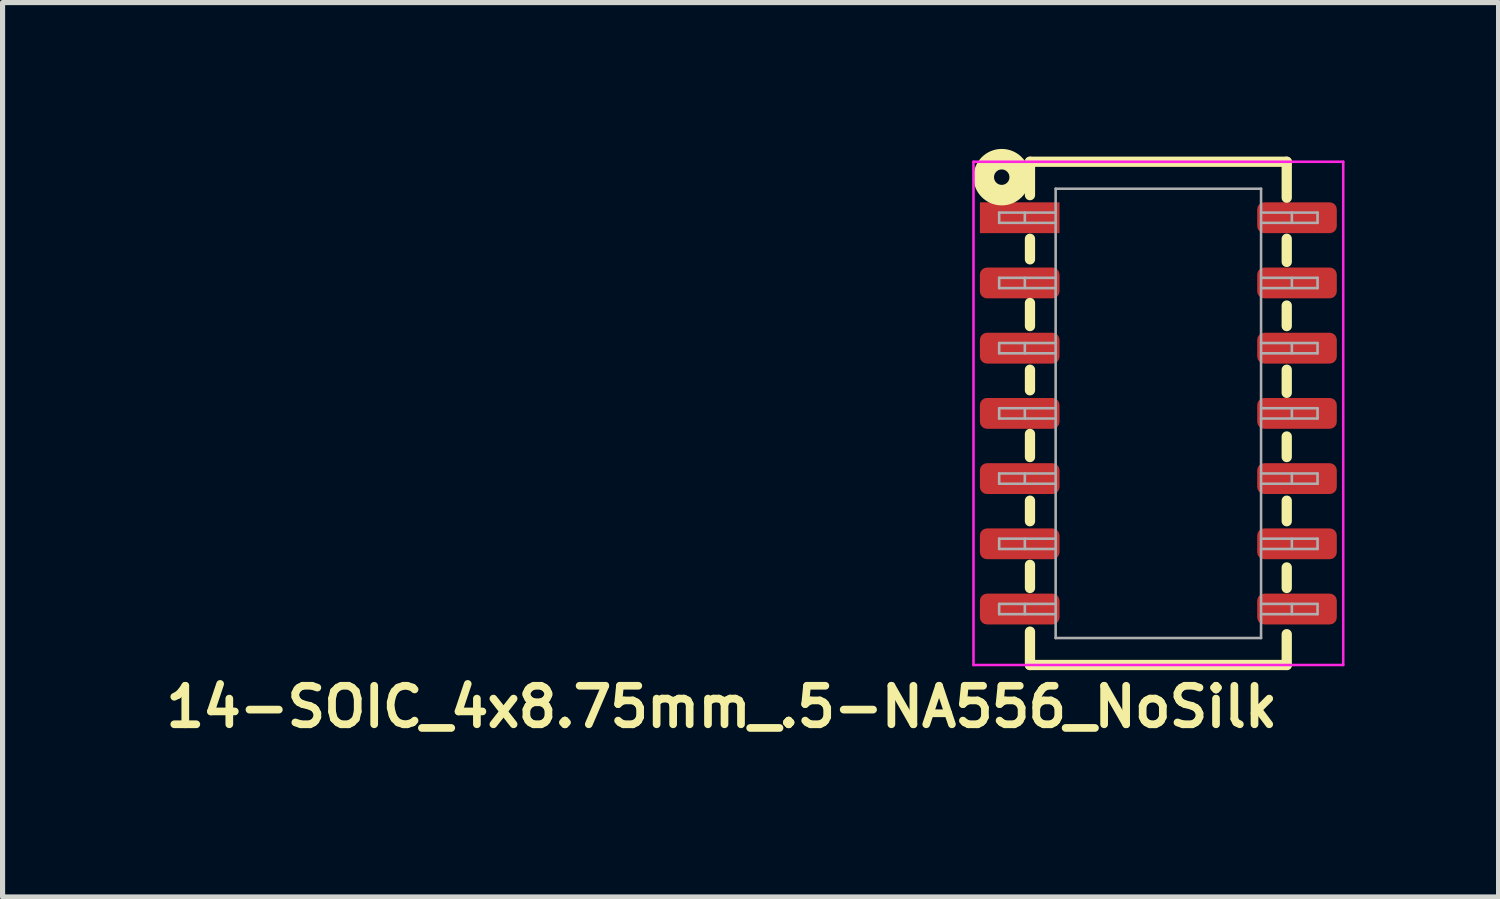
<source format=kicad_pcb>
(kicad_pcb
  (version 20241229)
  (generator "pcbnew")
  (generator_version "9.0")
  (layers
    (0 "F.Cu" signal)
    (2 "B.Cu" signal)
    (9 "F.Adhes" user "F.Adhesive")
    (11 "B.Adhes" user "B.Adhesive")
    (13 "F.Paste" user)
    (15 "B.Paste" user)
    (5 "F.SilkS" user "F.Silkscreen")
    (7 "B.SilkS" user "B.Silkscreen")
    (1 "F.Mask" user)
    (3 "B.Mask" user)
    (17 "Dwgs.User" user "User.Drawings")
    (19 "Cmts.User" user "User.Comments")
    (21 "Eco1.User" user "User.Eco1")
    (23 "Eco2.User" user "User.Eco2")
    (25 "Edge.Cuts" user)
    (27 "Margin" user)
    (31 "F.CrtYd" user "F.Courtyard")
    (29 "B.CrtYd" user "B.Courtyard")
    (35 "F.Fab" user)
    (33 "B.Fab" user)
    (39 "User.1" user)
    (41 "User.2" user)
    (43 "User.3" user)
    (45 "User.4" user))
  (footprint "14-SOIC_4x8.75mm_.5-NA556_NoSilk"
    (layer "F.Cu")
    (at 19.507 5)
    (property "Reference" "14-SOIC_4x8.75mm_.5-NA556_NoSilk" (at 2.4 5.715 0) (layer "F.SilkS") (effects (font (size 0.75 0.75) (thickness 0.15)) (justify right)))
    (attr smd)
    (fp_line (start -2.5 -4.9) (end 2.5 -4.9) (stroke (width 0.2) (type solid)) (layer "F.SilkS"))
    (fp_line (start -2.5 -4.25) (end -2.5 -4.9) (stroke (width 0.2) (type solid)) (layer "F.SilkS"))
    (fp_line (start -2.5 -3) (end -2.5 -3.4) (stroke (width 0.2) (type solid)) (layer "F.SilkS"))
    (fp_line (start -2.5 -1.7) (end -2.5 -2.15) (stroke (width 0.2) (type solid)) (layer "F.SilkS"))
    (fp_line (start -2.5 -0.45) (end -2.5 -0.85) (stroke (width 0.2) (type solid)) (layer "F.SilkS"))
    (fp_line (start -2.5 0.85) (end -2.5 0.4) (stroke (width 0.2) (type solid)) (layer "F.SilkS"))
    (fp_line (start -2.5 2.1) (end -2.5 1.7) (stroke (width 0.2) (type solid)) (layer "F.SilkS"))
    (fp_line (start -2.5 3.4) (end -2.5 2.95) (stroke (width 0.2) (type solid)) (layer "F.SilkS"))
    (fp_line (start -2.5 4.9) (end -2.5 4.25) (stroke (width 0.2) (type solid)) (layer "F.SilkS"))
    (fp_line (start 2.5 -4.9) (end 2.5 -4.2) (stroke (width 0.2) (type solid)) (layer "F.SilkS"))
    (fp_line (start 2.5 -3.4) (end 2.5 -2.95) (stroke (width 0.2) (type solid)) (layer "F.SilkS"))
    (fp_line (start 2.5 -2.1) (end 2.5 -1.7) (stroke (width 0.2) (type solid)) (layer "F.SilkS"))
    (fp_line (start 2.5 -0.85) (end 2.5 -0.4) (stroke (width 0.2) (type solid)) (layer "F.SilkS"))
    (fp_line (start 2.5 0.45) (end 2.5 0.85) (stroke (width 0.2) (type solid)) (layer "F.SilkS"))
    (fp_line (start 2.5 1.7) (end 2.5 2.1) (stroke (width 0.2) (type solid)) (layer "F.SilkS"))
    (fp_line (start 2.5 3) (end 2.5 3.4) (stroke (width 0.2) (type solid)) (layer "F.SilkS"))
    (fp_line (start 2.5 4.3) (end 2.5 4.9) (stroke (width 0.2) (type solid)) (layer "F.SilkS"))
    (fp_line (start 2.5 4.9) (end -2.5 4.9) (stroke (width 0.2) (type solid)) (layer "F.SilkS"))
    (fp_circle (center -3.05 -4.6) (end -2.9 -4.6) (stroke (width 0.4) (type solid)) (fill no) (layer "F.SilkS"))
    (fp_line (start -3.6 -4.9) (end 3.6 -4.9) (stroke (width 0.05) (type solid)) (layer "F.CrtYd"))
    (fp_line (start -3.6 4.9) (end -3.6 -4.9) (stroke (width 0.05) (type solid)) (layer "F.CrtYd"))
    (fp_line (start 3.6 -4.9) (end 3.6 4.9) (stroke (width 0.05) (type solid)) (layer "F.CrtYd"))
    (fp_line (start 3.6 4.9) (end -3.6 4.9) (stroke (width 0.05) (type solid)) (layer "F.CrtYd"))
    (fp_line (start -3.1 -3.91) (end -3.1 -3.71) (stroke (width 0.05) (type solid)) (layer "F.Fab"))
    (fp_line (start -3.1 -3.71) (end -2 -3.71) (stroke (width 0.05) (type solid)) (layer "F.Fab"))
    (fp_line (start -3.1 -2.64) (end -3.1 -2.44) (stroke (width 0.05) (type solid)) (layer "F.Fab"))
    (fp_line (start -3.1 -2.44) (end -2 -2.44) (stroke (width 0.05) (type solid)) (layer "F.Fab"))
    (fp_line (start -3.1 -1.37) (end -3.1 -1.17) (stroke (width 0.05) (type solid)) (layer "F.Fab"))
    (fp_line (start -3.1 -1.17) (end -2 -1.17) (stroke (width 0.05) (type solid)) (layer "F.Fab"))
    (fp_line (start -3.1 -0.1) (end -3.1 0.1) (stroke (width 0.05) (type solid)) (layer "F.Fab"))
    (fp_line (start -3.1 0.1) (end -2 0.1) (stroke (width 0.05) (type solid)) (layer "F.Fab"))
    (fp_line (start -3.1 1.17) (end -3.1 1.37) (stroke (width 0.05) (type solid)) (layer "F.Fab"))
    (fp_line (start -3.1 1.37) (end -2 1.37) (stroke (width 0.05) (type solid)) (layer "F.Fab"))
    (fp_line (start -3.1 2.44) (end -3.1 2.64) (stroke (width 0.05) (type solid)) (layer "F.Fab"))
    (fp_line (start -3.1 2.64) (end -2 2.64) (stroke (width 0.05) (type solid)) (layer "F.Fab"))
    (fp_line (start -3.1 3.71) (end -3.1 3.91) (stroke (width 0.05) (type solid)) (layer "F.Fab"))
    (fp_line (start -3.1 3.91) (end -2 3.91) (stroke (width 0.05) (type solid)) (layer "F.Fab"))
    (fp_line (start -2.6 -3.91) (end -2.6 -3.71) (stroke (width 0.05) (type solid)) (layer "F.Fab"))
    (fp_line (start -2.6 -2.64) (end -2.6 -2.44) (stroke (width 0.05) (type solid)) (layer "F.Fab"))
    (fp_line (start -2.6 -1.37) (end -2.6 -1.17) (stroke (width 0.05) (type solid)) (layer "F.Fab"))
    (fp_line (start -2.6 -0.1) (end -2.6 0.1) (stroke (width 0.05) (type solid)) (layer "F.Fab"))
    (fp_line (start -2.6 1.17) (end -2.6 1.37) (stroke (width 0.05) (type solid)) (layer "F.Fab"))
    (fp_line (start -2.6 2.44) (end -2.6 2.64) (stroke (width 0.05) (type solid)) (layer "F.Fab"))
    (fp_line (start -2.6 3.71) (end -2.6 3.91) (stroke (width 0.05) (type solid)) (layer "F.Fab"))
    (fp_line (start -2 -4.375) (end 2 -4.375) (stroke (width 0.05) (type solid)) (layer "F.Fab"))
    (fp_line (start -2 -3.91) (end -3.1 -3.91) (stroke (width 0.05) (type solid)) (layer "F.Fab"))
    (fp_line (start -2 -2.64) (end -3.1 -2.64) (stroke (width 0.05) (type solid)) (layer "F.Fab"))
    (fp_line (start -2 -1.37) (end -3.1 -1.37) (stroke (width 0.05) (type solid)) (layer "F.Fab"))
    (fp_line (start -2 -0.1) (end -3.1 -0.1) (stroke (width 0.05) (type solid)) (layer "F.Fab"))
    (fp_line (start -2 1.17) (end -3.1 1.17) (stroke (width 0.05) (type solid)) (layer "F.Fab"))
    (fp_line (start -2 2.44) (end -3.1 2.44) (stroke (width 0.05) (type solid)) (layer "F.Fab"))
    (fp_line (start -2 3.71) (end -3.1 3.71) (stroke (width 0.05) (type solid)) (layer "F.Fab"))
    (fp_line (start -2 4.375) (end -2 -4.375) (stroke (width 0.05) (type solid)) (layer "F.Fab"))
    (fp_line (start 2 -4.375) (end 2 4.375) (stroke (width 0.05) (type solid)) (layer "F.Fab"))
    (fp_line (start 2 -3.71) (end 3.1 -3.71) (stroke (width 0.05) (type solid)) (layer "F.Fab"))
    (fp_line (start 2 -2.44) (end 3.1 -2.44) (stroke (width 0.05) (type solid)) (layer "F.Fab"))
    (fp_line (start 2 -1.17) (end 3.1 -1.17) (stroke (width 0.05) (type solid)) (layer "F.Fab"))
    (fp_line (start 2 0.1) (end 3.1 0.1) (stroke (width 0.05) (type solid)) (layer "F.Fab"))
    (fp_line (start 2 1.37) (end 3.1 1.37) (stroke (width 0.05) (type solid)) (layer "F.Fab"))
    (fp_line (start 2 2.64) (end 3.1 2.64) (stroke (width 0.05) (type solid)) (layer "F.Fab"))
    (fp_line (start 2 3.91) (end 3.1 3.91) (stroke (width 0.05) (type solid)) (layer "F.Fab"))
    (fp_line (start 2 4.375) (end -2 4.375) (stroke (width 0.05) (type solid)) (layer "F.Fab"))
    (fp_line (start 2.6 -3.71) (end 2.6 -3.91) (stroke (width 0.05) (type solid)) (layer "F.Fab"))
    (fp_line (start 2.6 -2.44) (end 2.6 -2.64) (stroke (width 0.05) (type solid)) (layer "F.Fab"))
    (fp_line (start 2.6 -1.17) (end 2.6 -1.37) (stroke (width 0.05) (type solid)) (layer "F.Fab"))
    (fp_line (start 2.6 0.1) (end 2.6 -0.1) (stroke (width 0.05) (type solid)) (layer "F.Fab"))
    (fp_line (start 2.6 1.37) (end 2.6 1.17) (stroke (width 0.05) (type solid)) (layer "F.Fab"))
    (fp_line (start 2.6 2.64) (end 2.6 2.44) (stroke (width 0.05) (type solid)) (layer "F.Fab"))
    (fp_line (start 2.6 3.91) (end 2.6 3.71) (stroke (width 0.05) (type solid)) (layer "F.Fab"))
    (fp_line (start 3.1 -3.91) (end 2 -3.91) (stroke (width 0.05) (type solid)) (layer "F.Fab"))
    (fp_line (start 3.1 -3.71) (end 3.1 -3.91) (stroke (width 0.05) (type solid)) (layer "F.Fab"))
    (fp_line (start 3.1 -2.64) (end 2 -2.64) (stroke (width 0.05) (type solid)) (layer "F.Fab"))
    (fp_line (start 3.1 -2.44) (end 3.1 -2.64) (stroke (width 0.05) (type solid)) (layer "F.Fab"))
    (fp_line (start 3.1 -1.37) (end 2 -1.37) (stroke (width 0.05) (type solid)) (layer "F.Fab"))
    (fp_line (start 3.1 -1.17) (end 3.1 -1.37) (stroke (width 0.05) (type solid)) (layer "F.Fab"))
    (fp_line (start 3.1 -0.1) (end 2 -0.1) (stroke (width 0.05) (type solid)) (layer "F.Fab"))
    (fp_line (start 3.1 0.1) (end 3.1 -0.1) (stroke (width 0.05) (type solid)) (layer "F.Fab"))
    (fp_line (start 3.1 1.17) (end 2 1.17) (stroke (width 0.05) (type solid)) (layer "F.Fab"))
    (fp_line (start 3.1 1.37) (end 3.1 1.17) (stroke (width 0.05) (type solid)) (layer "F.Fab"))
    (fp_line (start 3.1 2.44) (end 2 2.44) (stroke (width 0.05) (type solid)) (layer "F.Fab"))
    (fp_line (start 3.1 2.64) (end 3.1 2.44) (stroke (width 0.05) (type solid)) (layer "F.Fab"))
    (fp_line (start 3.1 3.71) (end 2 3.71) (stroke (width 0.05) (type solid)) (layer "F.Fab"))
    (fp_line (start 3.1 3.91) (end 3.1 3.71) (stroke (width 0.05) (type solid)) (layer "F.Fab"))
    (fp_text user "DISCH2" (at 1.9 -2.54 0) (layer "Eco1.User") (effects (font (size 0.25 0.25) (thickness 0.062)) (justify right)))
    (fp_text user "CONT2" (at 1.9 0 0) (layer "Eco1.User") (effects (font (size 0.25 0.25) (thickness 0.062)) (justify right)))
    (fp_text user "THRES1" (at -1.9 -2.54 0) (layer "Eco1.User") (effects (font (size 0.25 0.25) (thickness 0.062)) (justify left)))
    (fp_text user "RST1" (at -1.9 0 0) (layer "Eco1.User") (effects (font (size 0.25 0.25) (thickness 0.062)) (justify left)))
    (fp_text user "THRES2" (at 1.9 -1.27 0) (layer "Eco1.User") (effects (font (size 0.25 0.25) (thickness 0.062)) (justify right)))
    (fp_text user "CONT1" (at -1.9 -1.27 0) (layer "Eco1.User") (effects (font (size 0.25 0.25) (thickness 0.062)) (justify left)))
    (fp_text user "RESET2" (at 1.9 1.27 0) (layer "Eco1.User") (effects (font (size 0.25 0.25) (thickness 0.062)) (justify right)))
    (fp_text user "OUT2" (at 1.9 2.54 0) (layer "Eco1.User") (effects (font (size 0.25 0.25) (thickness 0.062)) (justify right)))
    (fp_text user "VCC" (at 1.9 -3.81 0) (layer "Eco1.User") (effects (font (size 0.25 0.25) (thickness 0.062)) (justify right)))
    (fp_text user "OUT1" (at -1.9 1.27 0) (layer "Eco1.User") (effects (font (size 0.25 0.25) (thickness 0.062)) (justify left)))
    (fp_text user "DISCH1" (at -1.9 -3.81 0) (layer "Eco1.User") (effects (font (size 0.25 0.25) (thickness 0.062)) (justify left)))
    (fp_text user "GND" (at -1.9 3.81 0) (layer "Eco1.User") (effects (font (size 0.25 0.25) (thickness 0.062)) (justify left)))
    (fp_text user "TRIG1" (at -1.9 2.54 0) (layer "Eco1.User") (effects (font (size 0.25 0.25) (thickness 0.062)) (justify left)))
    (fp_text user "TRIG2" (at 1.9 3.81 0) (layer "Eco1.User") (effects (font (size 0.25 0.25) (thickness 0.062)) (justify right)))
    (pad "1" smd rect (at -2.7 -3.81) (size 1.55 0.6) (layers "F.Cu" "F.Mask" "F.Paste"))
    (pad "2" smd roundrect (at -2.7 -2.54) (size 1.55 0.6) (layers "F.Cu" "F.Mask" "F.Paste") (roundrect_rratio 0.227))
    (pad "3" smd roundrect (at -2.7 -1.27) (size 1.55 0.6) (layers "F.Cu" "F.Mask" "F.Paste") (roundrect_rratio 0.227))
    (pad "4" smd roundrect (at -2.7 0) (size 1.55 0.6) (layers "F.Cu" "F.Mask" "F.Paste") (roundrect_rratio 0.227))
    (pad "5" smd roundrect (at -2.7 1.27) (size 1.55 0.6) (layers "F.Cu" "F.Mask" "F.Paste") (roundrect_rratio 0.227))
    (pad "6" smd roundrect (at -2.7 2.54) (size 1.55 0.6) (layers "F.Cu" "F.Mask" "F.Paste") (roundrect_rratio 0.227))
    (pad "7" smd roundrect (at -2.7 3.81) (size 1.55 0.6) (layers "F.Cu" "F.Mask" "F.Paste") (roundrect_rratio 0.227))
    (pad "8" smd roundrect (at 2.7 3.81) (size 1.55 0.6) (layers "F.Cu" "F.Mask" "F.Paste") (roundrect_rratio 0.227))
    (pad "9" smd roundrect (at 2.7 2.54) (size 1.55 0.6) (layers "F.Cu" "F.Mask" "F.Paste") (roundrect_rratio 0.227))
    (pad "10" smd roundrect (at 2.7 1.27) (size 1.55 0.6) (layers "F.Cu" "F.Mask" "F.Paste") (roundrect_rratio 0.227))
    (pad "11" smd roundrect (at 2.7 0) (size 1.55 0.6) (layers "F.Cu" "F.Mask" "F.Paste") (roundrect_rratio 0.227))
    (pad "12" smd roundrect (at 2.7 -1.27) (size 1.55 0.6) (layers "F.Cu" "F.Mask" "F.Paste") (roundrect_rratio 0.227))
    (pad "13" smd roundrect (at 2.7 -2.54) (size 1.55 0.6) (layers "F.Cu" "F.Mask" "F.Paste") (roundrect_rratio 0.227))
    (pad "14" smd roundrect (at 2.7 -3.81) (size 1.55 0.6) (layers "F.Cu" "F.Mask" "F.Paste") (roundrect_rratio 0.227)))
  (gr_rect
    (start -3 -3)
    (end 26.132 14.417)
    (stroke (width 0.1) (type default))
    (fill no)
    (layer "Edge.Cuts")))
</source>
